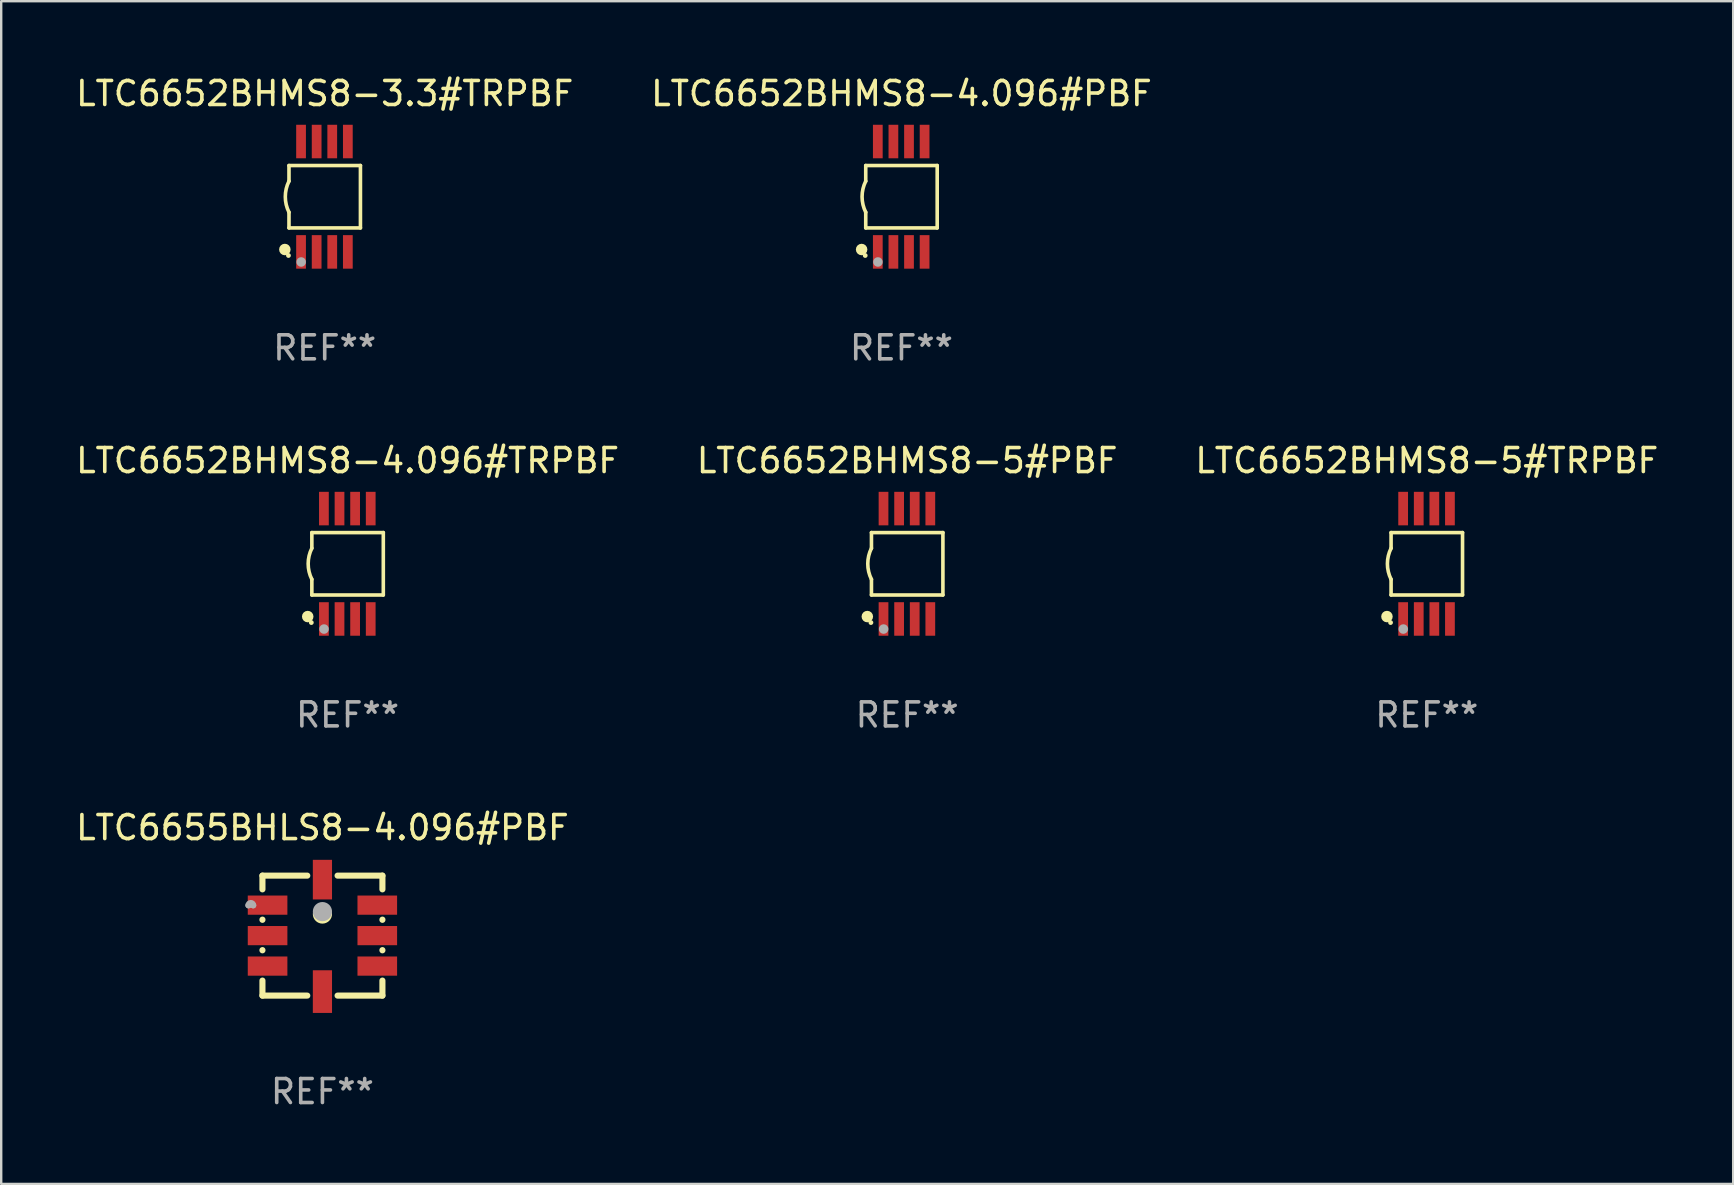
<source format=kicad_pcb>
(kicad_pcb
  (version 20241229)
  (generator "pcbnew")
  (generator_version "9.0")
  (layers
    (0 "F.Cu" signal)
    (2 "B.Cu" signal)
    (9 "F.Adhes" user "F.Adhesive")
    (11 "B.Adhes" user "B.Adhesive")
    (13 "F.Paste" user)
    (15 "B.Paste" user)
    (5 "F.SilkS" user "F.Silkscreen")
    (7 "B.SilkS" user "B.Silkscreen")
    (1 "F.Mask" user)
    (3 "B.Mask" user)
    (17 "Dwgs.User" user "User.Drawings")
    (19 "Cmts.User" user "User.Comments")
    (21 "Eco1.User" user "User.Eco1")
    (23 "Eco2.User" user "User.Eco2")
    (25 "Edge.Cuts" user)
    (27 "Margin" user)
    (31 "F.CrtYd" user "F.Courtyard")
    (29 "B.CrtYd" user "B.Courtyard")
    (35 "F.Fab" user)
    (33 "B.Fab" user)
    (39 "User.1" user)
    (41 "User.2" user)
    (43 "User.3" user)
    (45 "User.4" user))
  (footprint "LTC6652BHMS8-4.096#PBF"
    (layer "F.Cu")
    (at 34.518 5.148)
    (property "Reference" "LTC6652BHMS8-4.096#PBF" (at 0 -4.3 0) (layer "F.SilkS") (effects (font (size 1 1) (thickness 0.15))))
    (attr through_hole)
    (fp_line (start -1.489 -1.3) (end -1.489 -0.648) (stroke (width 0.15) (type solid)) (layer "F.SilkS"))
    (fp_line (start -1.489 0.648) (end -1.489 1.3) (stroke (width 0.15) (type solid)) (layer "F.SilkS"))
    (fp_line (start -1.489 1.3) (end 1.489 1.3) (stroke (width 0.15) (type solid)) (layer "F.SilkS"))
    (fp_line (start 1.489 -1.3) (end -1.489 -1.3) (stroke (width 0.15) (type solid)) (layer "F.SilkS"))
    (fp_line (start 1.489 1.3) (end 1.489 -1.3) (stroke (width 0.15) (type solid)) (layer "F.SilkS"))
    (fp_arc (start -1.489205 0.647702) (mid -1.642107 0) (end -1.489205 -0.647701) (stroke (width 0.150013) (type solid)) (layer "F.SilkS"))
    (fp_circle (center -1.661 2.2) (end -1.541 2.2) (stroke (width 0.24) (type solid)) (fill no) (layer "F.SilkS"))
    (fp_circle (center -1.511 2.45) (end -1.461 2.45) (stroke (width 0.1) (type solid)) (fill no) (layer "F.SilkS"))
    (fp_circle (center -0.981 2.72) (end -0.881 2.72) (stroke (width 0.2) (type solid)) (fill no) (layer "F.Fab"))
    (fp_text user "REF**" (at 0 6.3 0) (layer "F.Fab") (effects (font (size 1 1) (thickness 0.15))))
    (pad "1" smd rect (at -0.986 2.3) (size 0.406 1.397) (layers "F.Cu" "F.Mask" "F.Paste"))
    (pad "2" smd rect (at -0.336 2.3) (size 0.406 1.397) (layers "F.Cu" "F.Mask" "F.Paste"))
    (pad "3" smd rect (at 0.314 2.3) (size 0.406 1.397) (layers "F.Cu" "F.Mask" "F.Paste"))
    (pad "4" smd rect (at 0.964 2.3) (size 0.406 1.397) (layers "F.Cu" "F.Mask" "F.Paste"))
    (pad "5" smd rect (at 0.964 -2.3) (size 0.406 1.397) (layers "F.Cu" "F.Mask" "F.Paste"))
    (pad "6" smd rect (at 0.314 -2.3) (size 0.406 1.397) (layers "F.Cu" "F.Mask" "F.Paste"))
    (pad "7" smd rect (at -0.336 -2.3) (size 0.406 1.397) (layers "F.Cu" "F.Mask" "F.Paste"))
    (pad "8" smd rect (at -0.986 -2.3) (size 0.406 1.397) (layers "F.Cu" "F.Mask" "F.Paste")))
  (footprint "LTC6652BHMS8-3.3#TRPBF"
    (layer "F.Cu")
    (at 10.482 5.148)
    (property "Reference" "LTC6652BHMS8-3.3#TRPBF" (at 0 -4.3 0) (layer "F.SilkS") (effects (font (size 1 1) (thickness 0.15))))
    (attr through_hole)
    (fp_line (start -1.489 -1.3) (end -1.489 -0.648) (stroke (width 0.15) (type solid)) (layer "F.SilkS"))
    (fp_line (start -1.489 0.648) (end -1.489 1.3) (stroke (width 0.15) (type solid)) (layer "F.SilkS"))
    (fp_line (start -1.489 1.3) (end 1.489 1.3) (stroke (width 0.15) (type solid)) (layer "F.SilkS"))
    (fp_line (start 1.489 -1.3) (end -1.489 -1.3) (stroke (width 0.15) (type solid)) (layer "F.SilkS"))
    (fp_line (start 1.489 1.3) (end 1.489 -1.3) (stroke (width 0.15) (type solid)) (layer "F.SilkS"))
    (fp_arc (start -1.489205 0.647702) (mid -1.642107 0) (end -1.489205 -0.647701) (stroke (width 0.150013) (type solid)) (layer "F.SilkS"))
    (fp_circle (center -1.661 2.2) (end -1.541 2.2) (stroke (width 0.24) (type solid)) (fill no) (layer "F.SilkS"))
    (fp_circle (center -1.511 2.45) (end -1.461 2.45) (stroke (width 0.1) (type solid)) (fill no) (layer "F.SilkS"))
    (fp_circle (center -0.981 2.72) (end -0.881 2.72) (stroke (width 0.2) (type solid)) (fill no) (layer "F.Fab"))
    (fp_text user "REF**" (at 0 6.3 0) (layer "F.Fab") (effects (font (size 1 1) (thickness 0.15))))
    (pad "1" smd rect (at -0.986 2.3) (size 0.406 1.397) (layers "F.Cu" "F.Mask" "F.Paste"))
    (pad "2" smd rect (at -0.336 2.3) (size 0.406 1.397) (layers "F.Cu" "F.Mask" "F.Paste"))
    (pad "3" smd rect (at 0.314 2.3) (size 0.406 1.397) (layers "F.Cu" "F.Mask" "F.Paste"))
    (pad "4" smd rect (at 0.964 2.3) (size 0.406 1.397) (layers "F.Cu" "F.Mask" "F.Paste"))
    (pad "5" smd rect (at 0.964 -2.3) (size 0.406 1.397) (layers "F.Cu" "F.Mask" "F.Paste"))
    (pad "6" smd rect (at 0.314 -2.3) (size 0.406 1.397) (layers "F.Cu" "F.Mask" "F.Paste"))
    (pad "7" smd rect (at -0.336 -2.3) (size 0.406 1.397) (layers "F.Cu" "F.Mask" "F.Paste"))
    (pad "8" smd rect (at -0.986 -2.3) (size 0.406 1.397) (layers "F.Cu" "F.Mask" "F.Paste")))
  (footprint "LTC6652BHMS8-5#PBF"
    (layer "F.Cu")
    (at 34.756 20.445)
    (property "Reference" "LTC6652BHMS8-5#PBF" (at 0 -4.3 0) (layer "F.SilkS") (effects (font (size 1 1) (thickness 0.15))))
    (attr through_hole)
    (fp_line (start -1.489 -1.3) (end -1.489 -0.648) (stroke (width 0.15) (type solid)) (layer "F.SilkS"))
    (fp_line (start -1.489 0.648) (end -1.489 1.3) (stroke (width 0.15) (type solid)) (layer "F.SilkS"))
    (fp_line (start -1.489 1.3) (end 1.489 1.3) (stroke (width 0.15) (type solid)) (layer "F.SilkS"))
    (fp_line (start 1.489 -1.3) (end -1.489 -1.3) (stroke (width 0.15) (type solid)) (layer "F.SilkS"))
    (fp_line (start 1.489 1.3) (end 1.489 -1.3) (stroke (width 0.15) (type solid)) (layer "F.SilkS"))
    (fp_arc (start -1.489205 0.647702) (mid -1.642107 0) (end -1.489205 -0.647701) (stroke (width 0.150013) (type solid)) (layer "F.SilkS"))
    (fp_circle (center -1.661 2.2) (end -1.541 2.2) (stroke (width 0.24) (type solid)) (fill no) (layer "F.SilkS"))
    (fp_circle (center -1.511 2.45) (end -1.461 2.45) (stroke (width 0.1) (type solid)) (fill no) (layer "F.SilkS"))
    (fp_circle (center -0.981 2.72) (end -0.881 2.72) (stroke (width 0.2) (type solid)) (fill no) (layer "F.Fab"))
    (fp_text user "REF**" (at 0 6.3 0) (layer "F.Fab") (effects (font (size 1 1) (thickness 0.15))))
    (pad "1" smd rect (at -0.986 2.3) (size 0.406 1.397) (layers "F.Cu" "F.Mask" "F.Paste"))
    (pad "2" smd rect (at -0.336 2.3) (size 0.406 1.397) (layers "F.Cu" "F.Mask" "F.Paste"))
    (pad "3" smd rect (at 0.314 2.3) (size 0.406 1.397) (layers "F.Cu" "F.Mask" "F.Paste"))
    (pad "4" smd rect (at 0.964 2.3) (size 0.406 1.397) (layers "F.Cu" "F.Mask" "F.Paste"))
    (pad "5" smd rect (at 0.964 -2.3) (size 0.406 1.397) (layers "F.Cu" "F.Mask" "F.Paste"))
    (pad "6" smd rect (at 0.314 -2.3) (size 0.406 1.397) (layers "F.Cu" "F.Mask" "F.Paste"))
    (pad "7" smd rect (at -0.336 -2.3) (size 0.406 1.397) (layers "F.Cu" "F.Mask" "F.Paste"))
    (pad "8" smd rect (at -0.986 -2.3) (size 0.406 1.397) (layers "F.Cu" "F.Mask" "F.Paste")))
  (footprint "LTC6655BHLS8-4.096#PBF"
    (layer "F.Cu")
    (at 10.387 35.941)
    (property "Reference" "LTC6655BHLS8-4.096#PBF" (at 0 -4.5 0) (layer "F.SilkS") (effects (font (size 1 1) (thickness 0.15))))
    (attr through_hole)
    (fp_line (start -2.5 -2.5) (end -2.5 -1.928) (stroke (width 0.254) (type solid)) (layer "F.SilkS"))
    (fp_line (start -2.5 -0.666) (end -2.5 -0.658) (stroke (width 0.254) (type solid)) (layer "F.SilkS"))
    (fp_line (start -2.5 0.604) (end -2.5 0.612) (stroke (width 0.254) (type solid)) (layer "F.SilkS"))
    (fp_line (start -2.5 1.874) (end -2.5 2.5) (stroke (width 0.254) (type solid)) (layer "F.SilkS"))
    (fp_line (start -2.5 2.5) (end -0.631 2.5) (stroke (width 0.254) (type solid)) (layer "F.SilkS"))
    (fp_line (start -0.631 -2.5) (end -2.5 -2.5) (stroke (width 0.254) (type solid)) (layer "F.SilkS"))
    (fp_line (start 0.631 2.5) (end 2.5 2.5) (stroke (width 0.254) (type solid)) (layer "F.SilkS"))
    (fp_line (start 2.5 -2.5) (end 0.631 -2.5) (stroke (width 0.254) (type solid)) (layer "F.SilkS"))
    (fp_line (start 2.5 -1.928) (end 2.5 -2.5) (stroke (width 0.254) (type solid)) (layer "F.SilkS"))
    (fp_line (start 2.5 -0.658) (end 2.5 -0.666) (stroke (width 0.254) (type solid)) (layer "F.SilkS"))
    (fp_line (start 2.5 0.612) (end 2.5 0.604) (stroke (width 0.254) (type solid)) (layer "F.SilkS"))
    (fp_line (start 2.5 2.5) (end 2.5 1.874) (stroke (width 0.254) (type solid)) (layer "F.SilkS"))
    (fp_circle (center -2.502 -2.527) (end -2.472 -2.527) (stroke (width 0.06) (type solid)) (fill no) (layer "F.SilkS"))
    (fp_circle (center 0 -0.9) (end 0.2 -0.9) (stroke (width 0.4) (type solid)) (fill no) (layer "F.SilkS"))
    (fp_arc (start -3.084328 -1.262891) (mid -2.984252 -1.362967) (end -2.884176 -1.262891) (stroke (width 0.254001) (type solid)) (layer "F.Fab"))
    (fp_arc (start -3.084328 -1.262891) (mid -2.984252 -1.286516) (end -2.884175 -1.262891) (stroke (width 0.254001) (type solid)) (layer "F.Fab"))
    (fp_circle (center 0 -1) (end 0.2 -1) (stroke (width 0.4) (type solid)) (fill no) (layer "F.Fab"))
    (fp_text user "REF**" (at 0 6.5 0) (layer "F.Fab") (effects (font (size 1 1) (thickness 0.15))))
    (pad "1" smd rect (at -2.286 -1.27) (size 1.651 0.8) (layers "F.Cu" "F.Mask" "F.Paste"))
    (pad "2" smd rect (at -2.286 0) (size 1.651 0.8) (layers "F.Cu" "F.Mask" "F.Paste"))
    (pad "3" smd rect (at -2.286 1.27) (size 1.651 0.8) (layers "F.Cu" "F.Mask" "F.Paste"))
    (pad "4" smd rect (at 0 2.333 270) (size 1.778 0.8) (layers "F.Cu" "F.Mask" "F.Paste"))
    (pad "5" smd rect (at 2.286 1.27) (size 1.651 0.8) (layers "F.Cu" "F.Mask" "F.Paste"))
    (pad "6" smd rect (at 2.286 0) (size 1.651 0.8) (layers "F.Cu" "F.Mask" "F.Paste"))
    (pad "7" smd rect (at 2.286 -1.27 180) (size 1.651 0.8) (layers "F.Cu" "F.Mask" "F.Paste"))
    (pad "8" smd rect (at 0 -2.333 90) (size 1.651 0.8) (layers "F.Cu" "F.Mask" "F.Paste")))
  (footprint "LTC6652BHMS8-4.096#TRPBF"
    (layer "F.Cu")
    (at 11.435 20.445)
    (property "Reference" "LTC6652BHMS8-4.096#TRPBF" (at 0 -4.3 0) (layer "F.SilkS") (effects (font (size 1 1) (thickness 0.15))))
    (attr through_hole)
    (fp_line (start -1.489 -1.3) (end -1.489 -0.648) (stroke (width 0.15) (type solid)) (layer "F.SilkS"))
    (fp_line (start -1.489 0.648) (end -1.489 1.3) (stroke (width 0.15) (type solid)) (layer "F.SilkS"))
    (fp_line (start -1.489 1.3) (end 1.489 1.3) (stroke (width 0.15) (type solid)) (layer "F.SilkS"))
    (fp_line (start 1.489 -1.3) (end -1.489 -1.3) (stroke (width 0.15) (type solid)) (layer "F.SilkS"))
    (fp_line (start 1.489 1.3) (end 1.489 -1.3) (stroke (width 0.15) (type solid)) (layer "F.SilkS"))
    (fp_arc (start -1.489205 0.647702) (mid -1.642107 0) (end -1.489205 -0.647701) (stroke (width 0.150013) (type solid)) (layer "F.SilkS"))
    (fp_circle (center -1.661 2.2) (end -1.541 2.2) (stroke (width 0.24) (type solid)) (fill no) (layer "F.SilkS"))
    (fp_circle (center -1.511 2.45) (end -1.461 2.45) (stroke (width 0.1) (type solid)) (fill no) (layer "F.SilkS"))
    (fp_circle (center -0.981 2.72) (end -0.881 2.72) (stroke (width 0.2) (type solid)) (fill no) (layer "F.Fab"))
    (fp_text user "REF**" (at 0 6.3 0) (layer "F.Fab") (effects (font (size 1 1) (thickness 0.15))))
    (pad "1" smd rect (at -0.986 2.3) (size 0.406 1.397) (layers "F.Cu" "F.Mask" "F.Paste"))
    (pad "2" smd rect (at -0.336 2.3) (size 0.406 1.397) (layers "F.Cu" "F.Mask" "F.Paste"))
    (pad "3" smd rect (at 0.314 2.3) (size 0.406 1.397) (layers "F.Cu" "F.Mask" "F.Paste"))
    (pad "4" smd rect (at 0.964 2.3) (size 0.406 1.397) (layers "F.Cu" "F.Mask" "F.Paste"))
    (pad "5" smd rect (at 0.964 -2.3) (size 0.406 1.397) (layers "F.Cu" "F.Mask" "F.Paste"))
    (pad "6" smd rect (at 0.314 -2.3) (size 0.406 1.397) (layers "F.Cu" "F.Mask" "F.Paste"))
    (pad "7" smd rect (at -0.336 -2.3) (size 0.406 1.397) (layers "F.Cu" "F.Mask" "F.Paste"))
    (pad "8" smd rect (at -0.986 -2.3) (size 0.406 1.397) (layers "F.Cu" "F.Mask" "F.Paste")))
  (footprint "LTC6652BHMS8-5#TRPBF"
    (layer "F.Cu")
    (at 56.411 20.445)
    (property "Reference" "LTC6652BHMS8-5#TRPBF" (at 0 -4.3 0) (layer "F.SilkS") (effects (font (size 1 1) (thickness 0.15))))
    (attr through_hole)
    (fp_line (start -1.489 -1.3) (end -1.489 -0.648) (stroke (width 0.15) (type solid)) (layer "F.SilkS"))
    (fp_line (start -1.489 0.648) (end -1.489 1.3) (stroke (width 0.15) (type solid)) (layer "F.SilkS"))
    (fp_line (start -1.489 1.3) (end 1.489 1.3) (stroke (width 0.15) (type solid)) (layer "F.SilkS"))
    (fp_line (start 1.489 -1.3) (end -1.489 -1.3) (stroke (width 0.15) (type solid)) (layer "F.SilkS"))
    (fp_line (start 1.489 1.3) (end 1.489 -1.3) (stroke (width 0.15) (type solid)) (layer "F.SilkS"))
    (fp_arc (start -1.489205 0.647702) (mid -1.642107 0) (end -1.489205 -0.647701) (stroke (width 0.150013) (type solid)) (layer "F.SilkS"))
    (fp_circle (center -1.661 2.2) (end -1.541 2.2) (stroke (width 0.24) (type solid)) (fill no) (layer "F.SilkS"))
    (fp_circle (center -1.511 2.45) (end -1.461 2.45) (stroke (width 0.1) (type solid)) (fill no) (layer "F.SilkS"))
    (fp_circle (center -0.981 2.72) (end -0.881 2.72) (stroke (width 0.2) (type solid)) (fill no) (layer "F.Fab"))
    (fp_text user "REF**" (at 0 6.3 0) (layer "F.Fab") (effects (font (size 1 1) (thickness 0.15))))
    (pad "1" smd rect (at -0.986 2.3) (size 0.406 1.397) (layers "F.Cu" "F.Mask" "F.Paste"))
    (pad "2" smd rect (at -0.336 2.3) (size 0.406 1.397) (layers "F.Cu" "F.Mask" "F.Paste"))
    (pad "3" smd rect (at 0.314 2.3) (size 0.406 1.397) (layers "F.Cu" "F.Mask" "F.Paste"))
    (pad "4" smd rect (at 0.964 2.3) (size 0.406 1.397) (layers "F.Cu" "F.Mask" "F.Paste"))
    (pad "5" smd rect (at 0.964 -2.3) (size 0.406 1.397) (layers "F.Cu" "F.Mask" "F.Paste"))
    (pad "6" smd rect (at 0.314 -2.3) (size 0.406 1.397) (layers "F.Cu" "F.Mask" "F.Paste"))
    (pad "7" smd rect (at -0.336 -2.3) (size 0.406 1.397) (layers "F.Cu" "F.Mask" "F.Paste"))
    (pad "8" smd rect (at -0.986 -2.3) (size 0.406 1.397) (layers "F.Cu" "F.Mask" "F.Paste")))
  (gr_rect
    (start -3 -3)
    (end 69.179 46.289)
    (stroke (width 0.1) (type default))
    (fill no)
    (layer "Edge.Cuts")))
</source>
